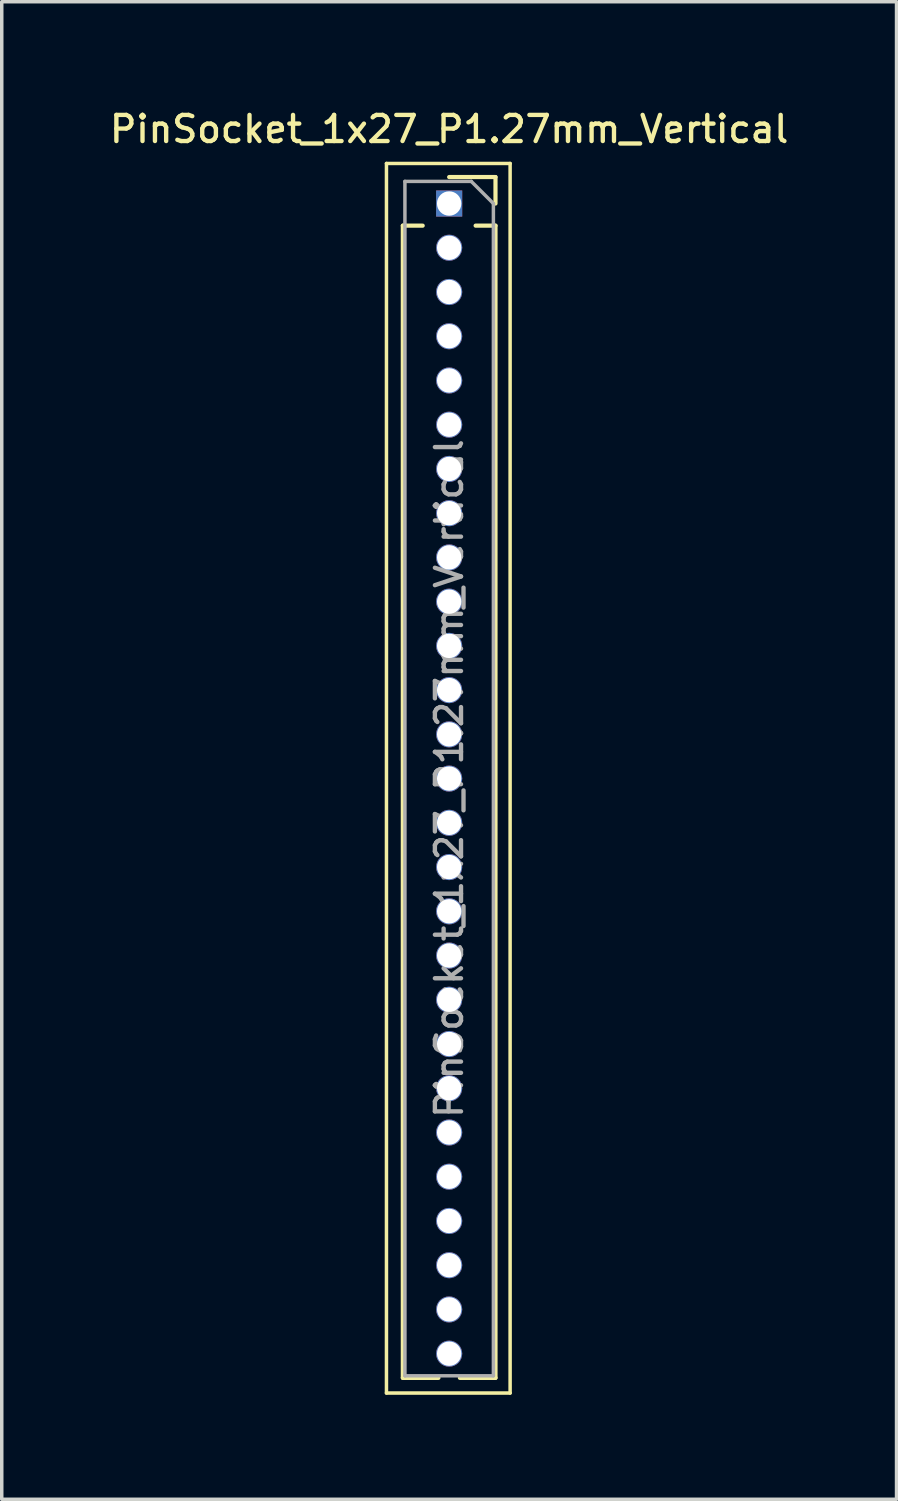
<source format=kicad_pcb>
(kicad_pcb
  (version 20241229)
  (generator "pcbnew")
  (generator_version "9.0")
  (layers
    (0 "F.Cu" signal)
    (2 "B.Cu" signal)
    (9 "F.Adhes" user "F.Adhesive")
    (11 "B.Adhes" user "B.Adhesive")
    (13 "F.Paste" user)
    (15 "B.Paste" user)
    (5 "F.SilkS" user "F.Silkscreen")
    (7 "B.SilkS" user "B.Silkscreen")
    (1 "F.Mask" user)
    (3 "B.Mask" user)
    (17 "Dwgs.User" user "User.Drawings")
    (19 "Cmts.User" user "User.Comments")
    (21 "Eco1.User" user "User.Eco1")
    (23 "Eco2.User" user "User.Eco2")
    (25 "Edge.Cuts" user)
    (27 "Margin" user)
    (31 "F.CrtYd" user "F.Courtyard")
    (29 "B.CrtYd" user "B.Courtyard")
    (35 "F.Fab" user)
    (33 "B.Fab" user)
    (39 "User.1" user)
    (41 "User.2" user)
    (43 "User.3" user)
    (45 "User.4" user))
  (footprint "PinSocket_1x27_P1.27mm_Vertical"
    (layer "F.Cu")
    (at 9.845 2.793)
    (property "Reference" "PinSocket_1x27_P1.27mm_Vertical" (at 0 -2.135 0) (layer "F.SilkS") (effects (font (size 0.75 0.75) (thickness 0.125))))
    (attr through_hole)
    (fp_line (start -1.8 -1.15) (end 1.75 -1.15) (stroke (width 0.1) (type solid)) (layer "F.SilkS"))
    (fp_line (start -1.8 34.15) (end -1.8 -1.15) (stroke (width 0.1) (type solid)) (layer "F.SilkS"))
    (fp_line (start -1.33 0.635) (end -1.33 33.715) (stroke (width 0.12) (type solid)) (layer "F.SilkS"))
    (fp_line (start -1.33 0.635) (end -0.76 0.635) (stroke (width 0.12) (type solid)) (layer "F.SilkS"))
    (fp_line (start -1.33 33.715) (end -0.308 33.715) (stroke (width 0.12) (type solid)) (layer "F.SilkS"))
    (fp_line (start 0 -0.76) (end 1.33 -0.76) (stroke (width 0.12) (type solid)) (layer "F.SilkS"))
    (fp_line (start 0.308 33.715) (end 1.33 33.715) (stroke (width 0.12) (type solid)) (layer "F.SilkS"))
    (fp_line (start 0.76 0.635) (end 1.33 0.635) (stroke (width 0.12) (type solid)) (layer "F.SilkS"))
    (fp_line (start 1.33 -0.76) (end 1.33 0) (stroke (width 0.12) (type solid)) (layer "F.SilkS"))
    (fp_line (start 1.33 0.635) (end 1.33 33.715) (stroke (width 0.12) (type solid)) (layer "F.SilkS"))
    (fp_line (start 1.75 -1.15) (end 1.75 34.15) (stroke (width 0.1) (type solid)) (layer "F.SilkS"))
    (fp_line (start 1.75 34.15) (end -1.8 34.15) (stroke (width 0.1) (type solid)) (layer "F.SilkS"))
    (fp_line (start -1.27 -0.635) (end 0.635 -0.635) (stroke (width 0.1) (type solid)) (layer "F.Fab"))
    (fp_line (start -1.27 33.655) (end -1.27 -0.635) (stroke (width 0.1) (type solid)) (layer "F.Fab"))
    (fp_line (start 0.635 -0.635) (end 1.27 0) (stroke (width 0.1) (type solid)) (layer "F.Fab"))
    (fp_line (start 1.27 0) (end 1.27 33.655) (stroke (width 0.1) (type solid)) (layer "F.Fab"))
    (fp_line (start 1.27 33.655) (end -1.27 33.655) (stroke (width 0.1) (type solid)) (layer "F.Fab"))
    (fp_text user "${REFERENCE}" (at 0 16.51 90) (layer "F.Fab") (effects (font (size 0.75 0.75) (thickness 0.125))))
    (pad "1" thru_hole rect (at 0 0) (size 0.75 0.75) (drill 0.7) (layers "*.Cu" "*.Mask"))
    (pad "2" thru_hole oval (at 0 1.27) (size 0.75 0.75) (drill 0.7) (layers "*.Cu" "*.Mask"))
    (pad "3" thru_hole oval (at 0 2.54) (size 0.75 0.75) (drill 0.7) (layers "*.Cu" "*.Mask"))
    (pad "4" thru_hole oval (at 0 3.81) (size 0.75 0.75) (drill 0.7) (layers "*.Cu" "*.Mask"))
    (pad "5" thru_hole oval (at 0 5.08) (size 0.75 0.75) (drill 0.7) (layers "*.Cu" "*.Mask"))
    (pad "6" thru_hole oval (at 0 6.35) (size 0.75 0.75) (drill 0.7) (layers "*.Cu" "*.Mask"))
    (pad "7" thru_hole oval (at 0 7.62) (size 0.75 0.75) (drill 0.7) (layers "*.Cu" "*.Mask"))
    (pad "8" thru_hole oval (at 0 8.89) (size 0.75 0.75) (drill 0.7) (layers "*.Cu" "*.Mask"))
    (pad "9" thru_hole oval (at 0 10.16) (size 0.75 0.75) (drill 0.7) (layers "*.Cu" "*.Mask"))
    (pad "10" thru_hole oval (at 0 11.43) (size 0.75 0.75) (drill 0.7) (layers "*.Cu" "*.Mask"))
    (pad "11" thru_hole oval (at 0 12.7) (size 0.75 0.75) (drill 0.7) (layers "*.Cu" "*.Mask"))
    (pad "12" thru_hole oval (at 0 13.97) (size 0.75 0.75) (drill 0.7) (layers "*.Cu" "*.Mask"))
    (pad "13" thru_hole oval (at 0 15.24) (size 0.75 0.75) (drill 0.7) (layers "*.Cu" "*.Mask"))
    (pad "14" thru_hole oval (at 0 16.51) (size 0.75 0.75) (drill 0.7) (layers "*.Cu" "*.Mask"))
    (pad "15" thru_hole oval (at 0 17.78) (size 0.75 0.75) (drill 0.7) (layers "*.Cu" "*.Mask"))
    (pad "16" thru_hole oval (at 0 19.05) (size 0.75 0.75) (drill 0.7) (layers "*.Cu" "*.Mask"))
    (pad "17" thru_hole oval (at 0 20.32) (size 0.75 0.75) (drill 0.7) (layers "*.Cu" "*.Mask"))
    (pad "18" thru_hole oval (at 0 21.59) (size 0.75 0.75) (drill 0.7) (layers "*.Cu" "*.Mask"))
    (pad "19" thru_hole oval (at 0 22.86) (size 0.75 0.75) (drill 0.7) (layers "*.Cu" "*.Mask"))
    (pad "20" thru_hole oval (at 0 24.13) (size 0.75 0.75) (drill 0.7) (layers "*.Cu" "*.Mask"))
    (pad "21" thru_hole oval (at 0 25.4) (size 0.75 0.75) (drill 0.7) (layers "*.Cu" "*.Mask"))
    (pad "22" thru_hole oval (at 0 26.67) (size 0.75 0.75) (drill 0.7) (layers "*.Cu" "*.Mask"))
    (pad "23" thru_hole oval (at 0 27.94) (size 0.75 0.75) (drill 0.7) (layers "*.Cu" "*.Mask"))
    (pad "24" thru_hole oval (at 0 29.21) (size 0.75 0.75) (drill 0.7) (layers "*.Cu" "*.Mask"))
    (pad "25" thru_hole oval (at 0 30.48) (size 0.75 0.75) (drill 0.7) (layers "*.Cu" "*.Mask"))
    (pad "26" thru_hole oval (at 0 31.75) (size 0.75 0.75) (drill 0.7) (layers "*.Cu" "*.Mask"))
    (pad "27" thru_hole oval (at 0 33.02) (size 0.75 0.75) (drill 0.7) (layers "*.Cu" "*.Mask")))
  (gr_rect
    (start -3 -3)
    (end 22.689 39.993)
    (stroke (width 0.1) (type default))
    (fill no)
    (layer "Edge.Cuts")))
</source>
